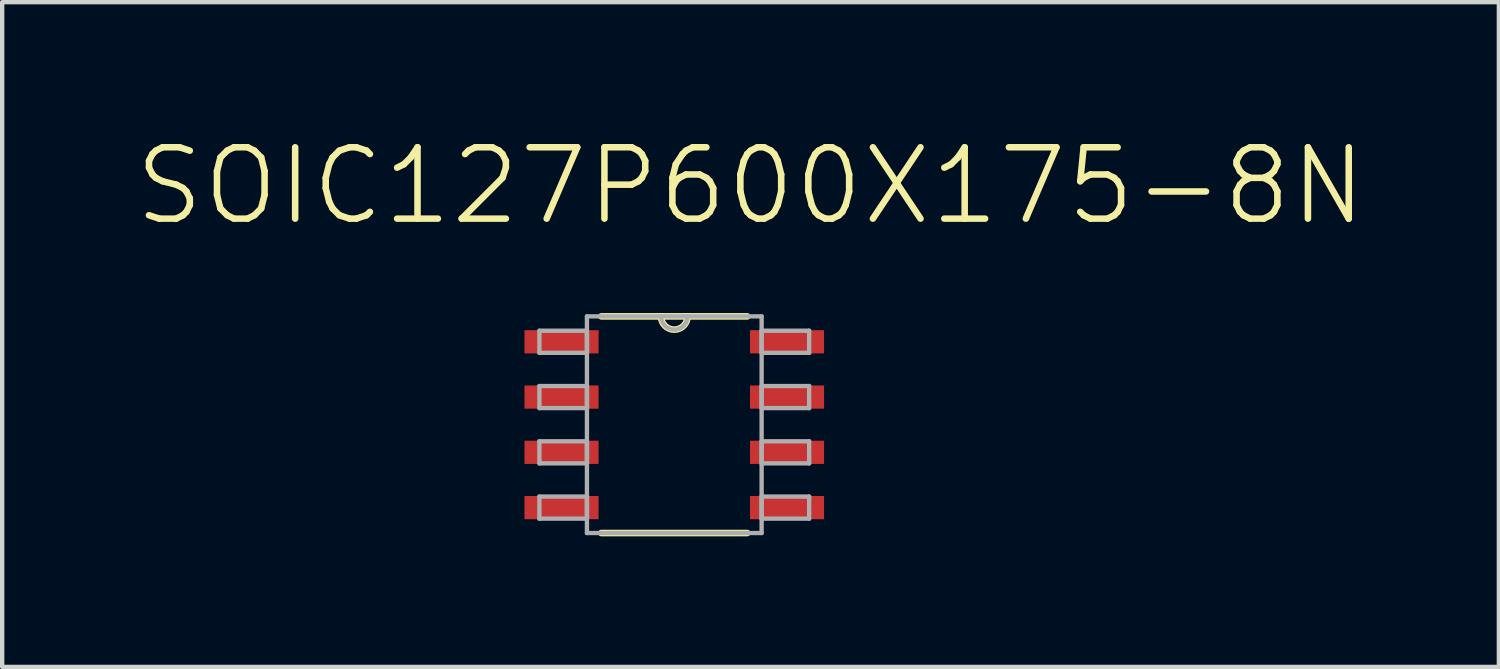
<source format=kicad_pcb>
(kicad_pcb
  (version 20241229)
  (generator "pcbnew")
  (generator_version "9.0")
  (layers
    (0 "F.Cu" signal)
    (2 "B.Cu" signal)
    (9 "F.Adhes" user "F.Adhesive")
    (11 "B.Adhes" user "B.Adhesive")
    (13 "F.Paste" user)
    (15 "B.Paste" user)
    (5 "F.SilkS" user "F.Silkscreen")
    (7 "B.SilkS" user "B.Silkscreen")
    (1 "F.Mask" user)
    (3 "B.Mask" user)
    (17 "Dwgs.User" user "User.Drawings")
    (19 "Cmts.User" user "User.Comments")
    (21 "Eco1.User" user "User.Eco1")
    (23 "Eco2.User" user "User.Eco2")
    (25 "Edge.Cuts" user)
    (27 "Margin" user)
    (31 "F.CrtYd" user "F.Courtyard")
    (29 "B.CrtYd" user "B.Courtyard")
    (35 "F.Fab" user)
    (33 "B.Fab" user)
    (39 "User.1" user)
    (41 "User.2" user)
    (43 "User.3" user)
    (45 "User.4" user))
  (footprint "SOIC127P600X175-8N"
    (layer "F.Cu")
    (at 12.444 6.709)
    (property "Reference" "SOIC127P600X175-8N" (at 1.753 -5.486 0) (layer "F.SilkS") (effects (font (size 1.64 1.64) (thickness 0.15))))
    (attr smd)
    (fp_line (start -1.676 2.489) (end 1.676 2.489) (stroke (width 0.152) (type solid)) (layer "F.SilkS"))
    (fp_line (start -0.305 -2.489) (end -1.676 -2.489) (stroke (width 0.152) (type solid)) (layer "F.SilkS"))
    (fp_line (start 0.305 -2.489) (end -0.305 -2.489) (stroke (width 0.152) (type solid)) (layer "F.SilkS"))
    (fp_line (start 1.676 -2.489) (end 0.305 -2.489) (stroke (width 0.152) (type solid)) (layer "F.SilkS"))
    (fp_arc (start 0.3048 -2.4892) (mid 0 -2.1844) (end -0.3048 -2.4892) (stroke (width 0.1524) (type solid)) (layer "F.SilkS"))
    (fp_line (start -3.099 -2.159) (end -3.099 -1.651) (stroke (width 0.1) (type solid)) (layer "F.Fab"))
    (fp_line (start -3.099 -1.651) (end -2.007 -1.651) (stroke (width 0.1) (type solid)) (layer "F.Fab"))
    (fp_line (start -3.099 -0.889) (end -3.099 -0.381) (stroke (width 0.1) (type solid)) (layer "F.Fab"))
    (fp_line (start -3.099 -0.381) (end -2.007 -0.381) (stroke (width 0.1) (type solid)) (layer "F.Fab"))
    (fp_line (start -3.099 0.381) (end -3.099 0.889) (stroke (width 0.1) (type solid)) (layer "F.Fab"))
    (fp_line (start -3.099 0.889) (end -2.007 0.889) (stroke (width 0.1) (type solid)) (layer "F.Fab"))
    (fp_line (start -3.099 1.651) (end -3.099 2.159) (stroke (width 0.1) (type solid)) (layer "F.Fab"))
    (fp_line (start -3.099 2.159) (end -2.007 2.159) (stroke (width 0.1) (type solid)) (layer "F.Fab"))
    (fp_line (start -2.007 -2.489) (end -2.007 2.489) (stroke (width 0.1) (type solid)) (layer "F.Fab"))
    (fp_line (start -2.007 -2.159) (end -3.099 -2.159) (stroke (width 0.1) (type solid)) (layer "F.Fab"))
    (fp_line (start -2.007 -1.651) (end -2.007 -2.159) (stroke (width 0.1) (type solid)) (layer "F.Fab"))
    (fp_line (start -2.007 -0.889) (end -3.099 -0.889) (stroke (width 0.1) (type solid)) (layer "F.Fab"))
    (fp_line (start -2.007 -0.381) (end -2.007 -0.889) (stroke (width 0.1) (type solid)) (layer "F.Fab"))
    (fp_line (start -2.007 0.381) (end -3.099 0.381) (stroke (width 0.1) (type solid)) (layer "F.Fab"))
    (fp_line (start -2.007 0.889) (end -2.007 0.381) (stroke (width 0.1) (type solid)) (layer "F.Fab"))
    (fp_line (start -2.007 1.651) (end -3.099 1.651) (stroke (width 0.1) (type solid)) (layer "F.Fab"))
    (fp_line (start -2.007 2.159) (end -2.007 1.651) (stroke (width 0.1) (type solid)) (layer "F.Fab"))
    (fp_line (start -2.007 2.489) (end 2.007 2.489) (stroke (width 0.1) (type solid)) (layer "F.Fab"))
    (fp_line (start -0.305 -2.489) (end -2.007 -2.489) (stroke (width 0.1) (type solid)) (layer "F.Fab"))
    (fp_line (start 0.305 -2.489) (end -0.305 -2.489) (stroke (width 0.1) (type solid)) (layer "F.Fab"))
    (fp_line (start 2.007 -2.489) (end 0.305 -2.489) (stroke (width 0.1) (type solid)) (layer "F.Fab"))
    (fp_line (start 2.007 -2.159) (end 2.007 -1.651) (stroke (width 0.1) (type solid)) (layer "F.Fab"))
    (fp_line (start 2.007 -1.651) (end 3.099 -1.651) (stroke (width 0.1) (type solid)) (layer "F.Fab"))
    (fp_line (start 2.007 -0.889) (end 2.007 -0.381) (stroke (width 0.1) (type solid)) (layer "F.Fab"))
    (fp_line (start 2.007 -0.381) (end 3.099 -0.381) (stroke (width 0.1) (type solid)) (layer "F.Fab"))
    (fp_line (start 2.007 0.381) (end 2.007 0.889) (stroke (width 0.1) (type solid)) (layer "F.Fab"))
    (fp_line (start 2.007 0.889) (end 3.099 0.889) (stroke (width 0.1) (type solid)) (layer "F.Fab"))
    (fp_line (start 2.007 1.651) (end 2.007 2.159) (stroke (width 0.1) (type solid)) (layer "F.Fab"))
    (fp_line (start 2.007 2.159) (end 3.099 2.159) (stroke (width 0.1) (type solid)) (layer "F.Fab"))
    (fp_line (start 2.007 2.489) (end 2.007 -2.489) (stroke (width 0.1) (type solid)) (layer "F.Fab"))
    (fp_line (start 3.099 -2.159) (end 2.007 -2.159) (stroke (width 0.1) (type solid)) (layer "F.Fab"))
    (fp_line (start 3.099 -1.651) (end 3.099 -2.159) (stroke (width 0.1) (type solid)) (layer "F.Fab"))
    (fp_line (start 3.099 -0.889) (end 2.007 -0.889) (stroke (width 0.1) (type solid)) (layer "F.Fab"))
    (fp_line (start 3.099 -0.381) (end 3.099 -0.889) (stroke (width 0.1) (type solid)) (layer "F.Fab"))
    (fp_line (start 3.099 0.381) (end 2.007 0.381) (stroke (width 0.1) (type solid)) (layer "F.Fab"))
    (fp_line (start 3.099 0.889) (end 3.099 0.381) (stroke (width 0.1) (type solid)) (layer "F.Fab"))
    (fp_line (start 3.099 1.651) (end 2.007 1.651) (stroke (width 0.1) (type solid)) (layer "F.Fab"))
    (fp_line (start 3.099 2.159) (end 3.099 1.651) (stroke (width 0.1) (type solid)) (layer "F.Fab"))
    (fp_arc (start 0.3048 -2.4892) (mid 0 -2.1844) (end -0.3048 -2.4892) (stroke (width 0.1) (type solid)) (layer "F.Fab"))
    (pad "1" smd rect (at -2.591 -1.905) (size 1.702 0.533) (layers "F.Cu" "F.Mask" "F.Paste"))
    (pad "2" smd rect (at -2.591 -0.635) (size 1.702 0.533) (layers "F.Cu" "F.Mask" "F.Paste"))
    (pad "3" smd rect (at -2.591 0.635) (size 1.702 0.533) (layers "F.Cu" "F.Mask" "F.Paste"))
    (pad "4" smd rect (at -2.591 1.905) (size 1.702 0.533) (layers "F.Cu" "F.Mask" "F.Paste"))
    (pad "5" smd rect (at 2.591 1.905) (size 1.702 0.533) (layers "F.Cu" "F.Mask" "F.Paste"))
    (pad "6" smd rect (at 2.591 0.635) (size 1.702 0.533) (layers "F.Cu" "F.Mask" "F.Paste"))
    (pad "7" smd rect (at 2.591 -0.635) (size 1.702 0.533) (layers "F.Cu" "F.Mask" "F.Paste"))
    (pad "8" smd rect (at 2.591 -1.905) (size 1.702 0.533) (layers "F.Cu" "F.Mask" "F.Paste")))
  (gr_rect
    (start -3 -3)
    (end 31.392 12.274)
    (stroke (width 0.1) (type default))
    (fill no)
    (layer "Edge.Cuts")))
</source>
